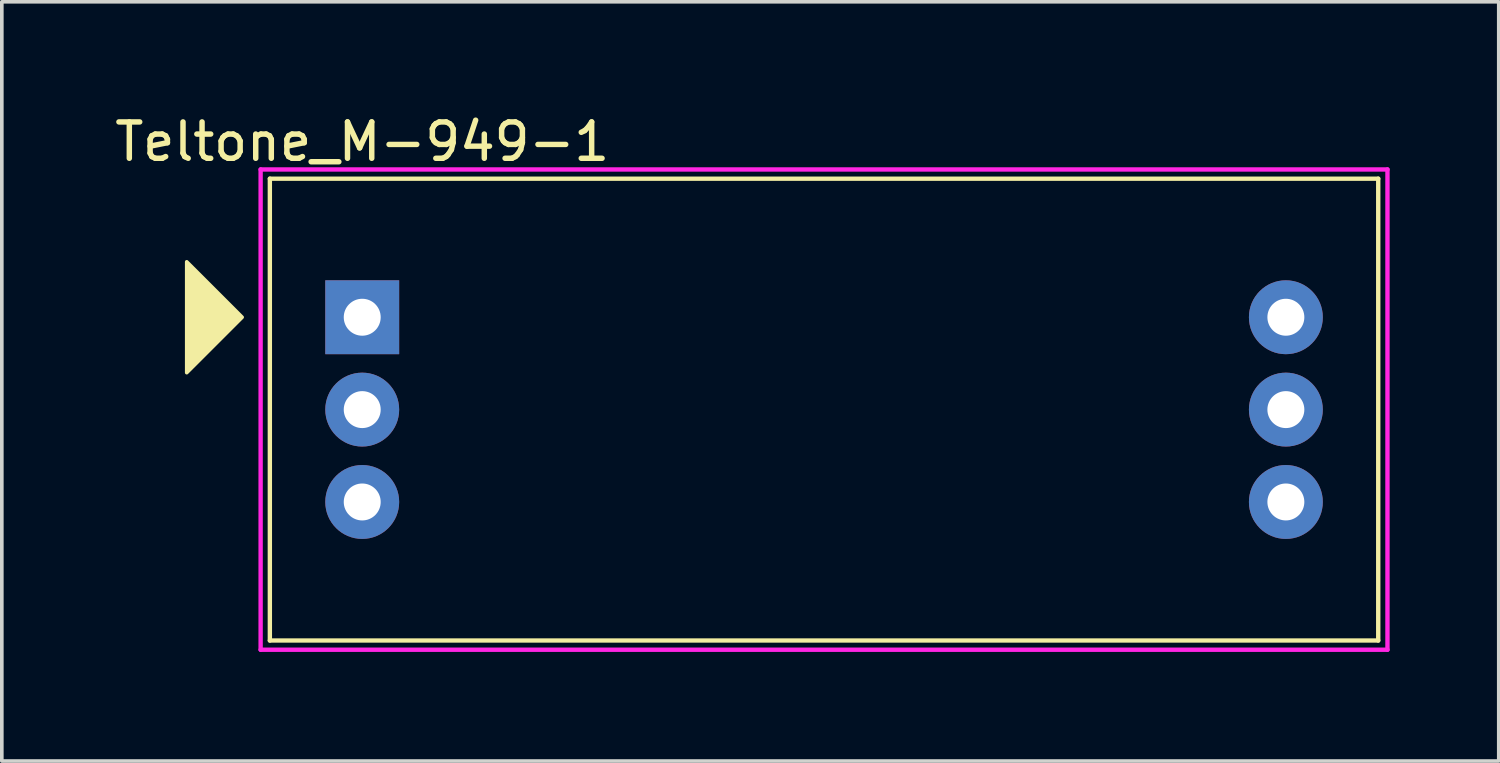
<source format=kicad_pcb>
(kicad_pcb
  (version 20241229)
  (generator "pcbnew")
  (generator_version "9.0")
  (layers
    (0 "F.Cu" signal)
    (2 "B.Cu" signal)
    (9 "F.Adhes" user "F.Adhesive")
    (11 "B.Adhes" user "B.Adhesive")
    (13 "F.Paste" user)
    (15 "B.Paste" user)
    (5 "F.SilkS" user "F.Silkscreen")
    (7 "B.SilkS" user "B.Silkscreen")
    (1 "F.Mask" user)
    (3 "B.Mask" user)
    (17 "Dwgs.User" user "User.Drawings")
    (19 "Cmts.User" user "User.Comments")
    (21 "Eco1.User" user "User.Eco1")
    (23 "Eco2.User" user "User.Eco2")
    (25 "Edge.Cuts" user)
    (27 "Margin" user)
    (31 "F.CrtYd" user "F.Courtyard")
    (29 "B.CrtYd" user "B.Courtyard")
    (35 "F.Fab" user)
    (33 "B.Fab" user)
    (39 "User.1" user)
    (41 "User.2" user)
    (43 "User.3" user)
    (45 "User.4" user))
  (footprint "Teltone_M-949-1"
    (layer "F.Cu")
    (at 6.911 5.674)
    (property "Reference" "Teltone_M-949-1" (at 0 -4.826 0) (layer "F.SilkS") (effects (font (size 1 1) (thickness 0.15))))
    (attr through_hole)
    (fp_line (start -2.54 -3.81) (end -2.54 8.89) (stroke (width 0.12) (type solid)) (layer "F.SilkS"))
    (fp_line (start -2.54 -3.81) (end 27.94 -3.81) (stroke (width 0.12) (type solid)) (layer "F.SilkS"))
    (fp_line (start -2.54 8.89) (end 27.94 8.89) (stroke (width 0.12) (type solid)) (layer "F.SilkS"))
    (fp_line (start 27.94 -3.81) (end 27.94 8.89) (stroke (width 0.12) (type solid)) (layer "F.SilkS"))
    (fp_poly (pts (xy -3.302 0) (xy -4.826 -1.524) (xy -4.826 1.524)) (stroke (width 0.1) (type solid)) (fill yes) (layer "F.SilkS"))
    (fp_line (start -2.794 -4.064) (end 28.194 -4.064) (stroke (width 0.12) (type solid)) (layer "F.CrtYd"))
    (fp_line (start -2.794 9.144) (end -2.794 -4.064) (stroke (width 0.12) (type solid)) (layer "F.CrtYd"))
    (fp_line (start 28.194 -4.064) (end 28.194 9.144) (stroke (width 0.12) (type solid)) (layer "F.CrtYd"))
    (fp_line (start 28.194 9.144) (end -2.794 9.144) (stroke (width 0.12) (type solid)) (layer "F.CrtYd"))
    (pad "1" thru_hole rect (at 0 0) (size 2.032 2.032) (drill 1.016) (layers "*.Cu" "*.Mask"))
    (pad "2" thru_hole circle (at 0 5.08) (size 2.032 2.032) (drill 1.016) (layers "*.Cu" "*.Mask"))
    (pad "3" thru_hole circle (at 25.4 5.08) (size 2.032 2.032) (drill 1.016) (layers "*.Cu" "*.Mask"))
    (pad "4" thru_hole circle (at 25.4 0) (size 2.032 2.032) (drill 1.016) (layers "*.Cu" "*.Mask"))
    (pad "5" thru_hole circle (at 0 2.54) (size 2.032 2.032) (drill 1.016) (layers "*.Cu" "*.Mask"))
    (pad "6" thru_hole circle (at 25.4 2.54) (size 2.032 2.032) (drill 1.016) (layers "*.Cu" "*.Mask")))
  (gr_rect
    (start -3 -3)
    (end 38.165 17.878)
    (stroke (width 0.1) (type default))
    (fill no)
    (layer "Edge.Cuts")))
</source>
